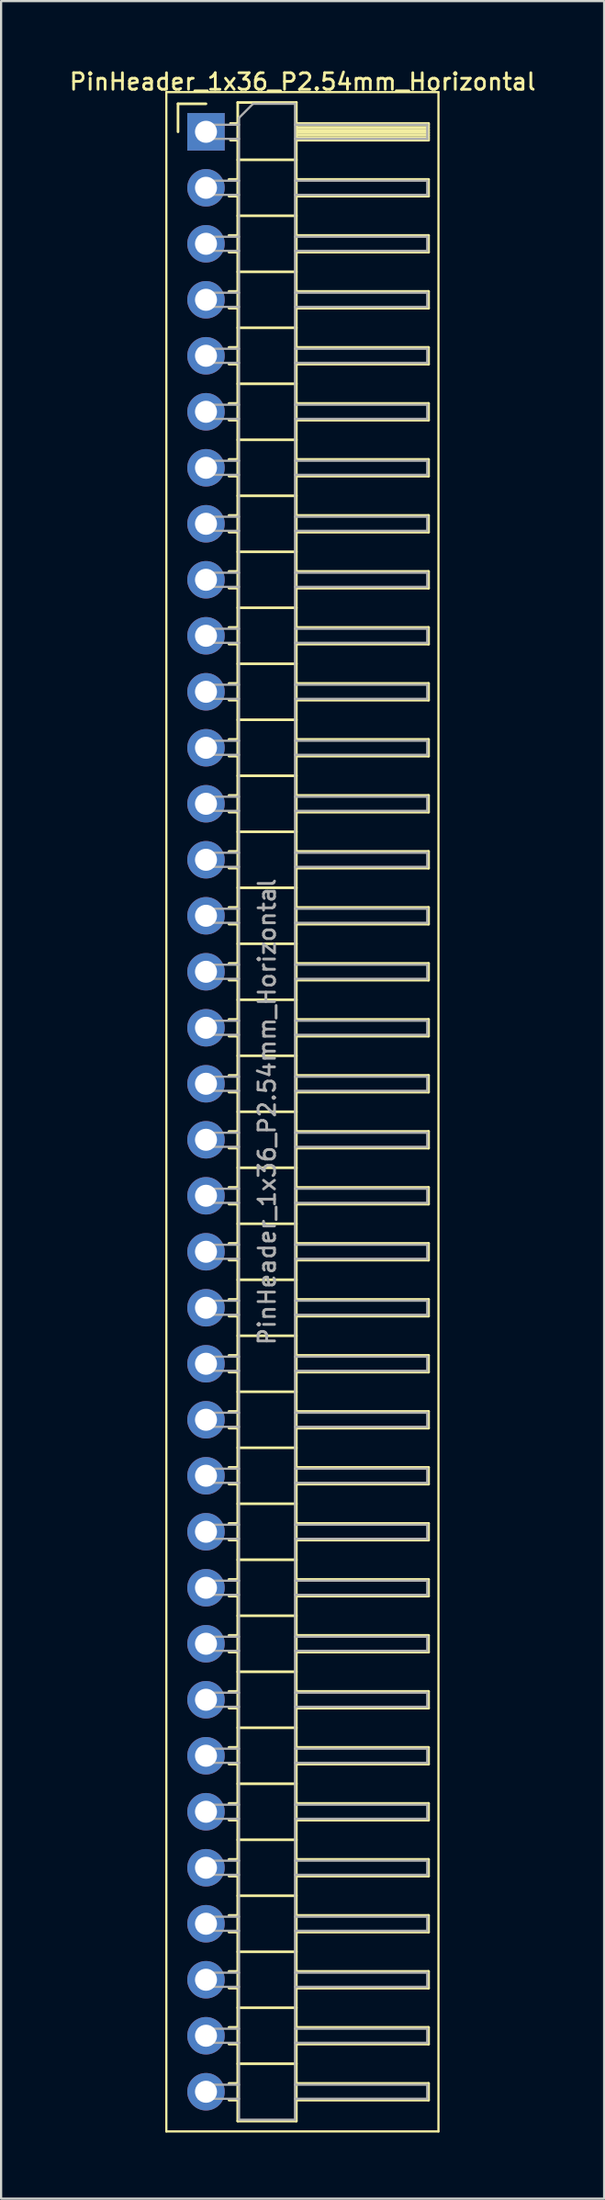
<source format=kicad_pcb>
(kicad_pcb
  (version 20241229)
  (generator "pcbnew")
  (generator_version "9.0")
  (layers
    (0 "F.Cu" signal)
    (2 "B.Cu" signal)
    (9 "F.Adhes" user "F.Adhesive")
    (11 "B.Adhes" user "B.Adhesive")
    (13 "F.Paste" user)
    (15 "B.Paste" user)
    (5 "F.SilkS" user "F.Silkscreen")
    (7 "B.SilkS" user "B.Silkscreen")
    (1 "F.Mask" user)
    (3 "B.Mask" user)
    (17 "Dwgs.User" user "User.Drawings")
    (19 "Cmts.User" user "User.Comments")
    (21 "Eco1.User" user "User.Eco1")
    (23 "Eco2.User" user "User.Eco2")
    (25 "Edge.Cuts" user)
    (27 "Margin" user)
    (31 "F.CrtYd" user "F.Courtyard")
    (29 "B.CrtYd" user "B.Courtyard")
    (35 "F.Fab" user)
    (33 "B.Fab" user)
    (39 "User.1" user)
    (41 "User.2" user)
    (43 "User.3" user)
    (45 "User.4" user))
  (footprint "PinHeader_1x36_P2.54mm_Horizontal"
    (layer "F.Cu")
    (at 6.299 2.928)
    (property "Reference" "PinHeader_1x36_P2.54mm_Horizontal" (at 4.385 -2.27 0) (layer "F.SilkS") (effects (font (size 0.75 0.75) (thickness 0.125))))
    (attr through_hole)
    (fp_line (start -1.8 -1.8) (end -1.8 90.7) (stroke (width 0.1) (type solid)) (layer "F.SilkS"))
    (fp_line (start -1.8 90.7) (end 10.55 90.7) (stroke (width 0.1) (type solid)) (layer "F.SilkS"))
    (fp_line (start -1.27 -1.27) (end 0 -1.27) (stroke (width 0.12) (type solid)) (layer "F.SilkS"))
    (fp_line (start -1.27 0) (end -1.27 -1.27) (stroke (width 0.12) (type solid)) (layer "F.SilkS"))
    (fp_line (start 1.043 2.16) (end 1.44 2.16) (stroke (width 0.12) (type solid)) (layer "F.SilkS"))
    (fp_line (start 1.043 2.92) (end 1.44 2.92) (stroke (width 0.12) (type solid)) (layer "F.SilkS"))
    (fp_line (start 1.043 4.7) (end 1.44 4.7) (stroke (width 0.12) (type solid)) (layer "F.SilkS"))
    (fp_line (start 1.043 5.46) (end 1.44 5.46) (stroke (width 0.12) (type solid)) (layer "F.SilkS"))
    (fp_line (start 1.043 7.24) (end 1.44 7.24) (stroke (width 0.12) (type solid)) (layer "F.SilkS"))
    (fp_line (start 1.043 8) (end 1.44 8) (stroke (width 0.12) (type solid)) (layer "F.SilkS"))
    (fp_line (start 1.043 9.78) (end 1.44 9.78) (stroke (width 0.12) (type solid)) (layer "F.SilkS"))
    (fp_line (start 1.043 10.54) (end 1.44 10.54) (stroke (width 0.12) (type solid)) (layer "F.SilkS"))
    (fp_line (start 1.043 12.32) (end 1.44 12.32) (stroke (width 0.12) (type solid)) (layer "F.SilkS"))
    (fp_line (start 1.043 13.08) (end 1.44 13.08) (stroke (width 0.12) (type solid)) (layer "F.SilkS"))
    (fp_line (start 1.043 14.86) (end 1.44 14.86) (stroke (width 0.12) (type solid)) (layer "F.SilkS"))
    (fp_line (start 1.043 15.62) (end 1.44 15.62) (stroke (width 0.12) (type solid)) (layer "F.SilkS"))
    (fp_line (start 1.043 17.4) (end 1.44 17.4) (stroke (width 0.12) (type solid)) (layer "F.SilkS"))
    (fp_line (start 1.043 18.16) (end 1.44 18.16) (stroke (width 0.12) (type solid)) (layer "F.SilkS"))
    (fp_line (start 1.043 19.94) (end 1.44 19.94) (stroke (width 0.12) (type solid)) (layer "F.SilkS"))
    (fp_line (start 1.043 20.7) (end 1.44 20.7) (stroke (width 0.12) (type solid)) (layer "F.SilkS"))
    (fp_line (start 1.043 22.48) (end 1.44 22.48) (stroke (width 0.12) (type solid)) (layer "F.SilkS"))
    (fp_line (start 1.043 23.24) (end 1.44 23.24) (stroke (width 0.12) (type solid)) (layer "F.SilkS"))
    (fp_line (start 1.043 25.02) (end 1.44 25.02) (stroke (width 0.12) (type solid)) (layer "F.SilkS"))
    (fp_line (start 1.043 25.78) (end 1.44 25.78) (stroke (width 0.12) (type solid)) (layer "F.SilkS"))
    (fp_line (start 1.043 27.56) (end 1.44 27.56) (stroke (width 0.12) (type solid)) (layer "F.SilkS"))
    (fp_line (start 1.043 28.32) (end 1.44 28.32) (stroke (width 0.12) (type solid)) (layer "F.SilkS"))
    (fp_line (start 1.043 30.1) (end 1.44 30.1) (stroke (width 0.12) (type solid)) (layer "F.SilkS"))
    (fp_line (start 1.043 30.86) (end 1.44 30.86) (stroke (width 0.12) (type solid)) (layer "F.SilkS"))
    (fp_line (start 1.043 32.64) (end 1.44 32.64) (stroke (width 0.12) (type solid)) (layer "F.SilkS"))
    (fp_line (start 1.043 33.4) (end 1.44 33.4) (stroke (width 0.12) (type solid)) (layer "F.SilkS"))
    (fp_line (start 1.043 35.18) (end 1.44 35.18) (stroke (width 0.12) (type solid)) (layer "F.SilkS"))
    (fp_line (start 1.043 35.94) (end 1.44 35.94) (stroke (width 0.12) (type solid)) (layer "F.SilkS"))
    (fp_line (start 1.043 37.72) (end 1.44 37.72) (stroke (width 0.12) (type solid)) (layer "F.SilkS"))
    (fp_line (start 1.043 38.48) (end 1.44 38.48) (stroke (width 0.12) (type solid)) (layer "F.SilkS"))
    (fp_line (start 1.043 40.26) (end 1.44 40.26) (stroke (width 0.12) (type solid)) (layer "F.SilkS"))
    (fp_line (start 1.043 41.02) (end 1.44 41.02) (stroke (width 0.12) (type solid)) (layer "F.SilkS"))
    (fp_line (start 1.043 42.8) (end 1.44 42.8) (stroke (width 0.12) (type solid)) (layer "F.SilkS"))
    (fp_line (start 1.043 43.56) (end 1.44 43.56) (stroke (width 0.12) (type solid)) (layer "F.SilkS"))
    (fp_line (start 1.043 45.34) (end 1.44 45.34) (stroke (width 0.12) (type solid)) (layer "F.SilkS"))
    (fp_line (start 1.043 46.1) (end 1.44 46.1) (stroke (width 0.12) (type solid)) (layer "F.SilkS"))
    (fp_line (start 1.043 47.88) (end 1.44 47.88) (stroke (width 0.12) (type solid)) (layer "F.SilkS"))
    (fp_line (start 1.043 48.64) (end 1.44 48.64) (stroke (width 0.12) (type solid)) (layer "F.SilkS"))
    (fp_line (start 1.043 50.42) (end 1.44 50.42) (stroke (width 0.12) (type solid)) (layer "F.SilkS"))
    (fp_line (start 1.043 51.18) (end 1.44 51.18) (stroke (width 0.12) (type solid)) (layer "F.SilkS"))
    (fp_line (start 1.043 52.96) (end 1.44 52.96) (stroke (width 0.12) (type solid)) (layer "F.SilkS"))
    (fp_line (start 1.043 53.72) (end 1.44 53.72) (stroke (width 0.12) (type solid)) (layer "F.SilkS"))
    (fp_line (start 1.043 55.5) (end 1.44 55.5) (stroke (width 0.12) (type solid)) (layer "F.SilkS"))
    (fp_line (start 1.043 56.26) (end 1.44 56.26) (stroke (width 0.12) (type solid)) (layer "F.SilkS"))
    (fp_line (start 1.043 58.04) (end 1.44 58.04) (stroke (width 0.12) (type solid)) (layer "F.SilkS"))
    (fp_line (start 1.043 58.8) (end 1.44 58.8) (stroke (width 0.12) (type solid)) (layer "F.SilkS"))
    (fp_line (start 1.043 60.58) (end 1.44 60.58) (stroke (width 0.12) (type solid)) (layer "F.SilkS"))
    (fp_line (start 1.043 61.34) (end 1.44 61.34) (stroke (width 0.12) (type solid)) (layer "F.SilkS"))
    (fp_line (start 1.043 63.12) (end 1.44 63.12) (stroke (width 0.12) (type solid)) (layer "F.SilkS"))
    (fp_line (start 1.043 63.88) (end 1.44 63.88) (stroke (width 0.12) (type solid)) (layer "F.SilkS"))
    (fp_line (start 1.043 65.66) (end 1.44 65.66) (stroke (width 0.12) (type solid)) (layer "F.SilkS"))
    (fp_line (start 1.043 66.42) (end 1.44 66.42) (stroke (width 0.12) (type solid)) (layer "F.SilkS"))
    (fp_line (start 1.043 68.2) (end 1.44 68.2) (stroke (width 0.12) (type solid)) (layer "F.SilkS"))
    (fp_line (start 1.043 68.96) (end 1.44 68.96) (stroke (width 0.12) (type solid)) (layer "F.SilkS"))
    (fp_line (start 1.043 70.74) (end 1.44 70.74) (stroke (width 0.12) (type solid)) (layer "F.SilkS"))
    (fp_line (start 1.043 71.5) (end 1.44 71.5) (stroke (width 0.12) (type solid)) (layer "F.SilkS"))
    (fp_line (start 1.043 73.28) (end 1.44 73.28) (stroke (width 0.12) (type solid)) (layer "F.SilkS"))
    (fp_line (start 1.043 74.04) (end 1.44 74.04) (stroke (width 0.12) (type solid)) (layer "F.SilkS"))
    (fp_line (start 1.043 75.82) (end 1.44 75.82) (stroke (width 0.12) (type solid)) (layer "F.SilkS"))
    (fp_line (start 1.043 76.58) (end 1.44 76.58) (stroke (width 0.12) (type solid)) (layer "F.SilkS"))
    (fp_line (start 1.043 78.36) (end 1.44 78.36) (stroke (width 0.12) (type solid)) (layer "F.SilkS"))
    (fp_line (start 1.043 79.12) (end 1.44 79.12) (stroke (width 0.12) (type solid)) (layer "F.SilkS"))
    (fp_line (start 1.043 80.9) (end 1.44 80.9) (stroke (width 0.12) (type solid)) (layer "F.SilkS"))
    (fp_line (start 1.043 81.66) (end 1.44 81.66) (stroke (width 0.12) (type solid)) (layer "F.SilkS"))
    (fp_line (start 1.043 83.44) (end 1.44 83.44) (stroke (width 0.12) (type solid)) (layer "F.SilkS"))
    (fp_line (start 1.043 84.2) (end 1.44 84.2) (stroke (width 0.12) (type solid)) (layer "F.SilkS"))
    (fp_line (start 1.043 85.98) (end 1.44 85.98) (stroke (width 0.12) (type solid)) (layer "F.SilkS"))
    (fp_line (start 1.043 86.74) (end 1.44 86.74) (stroke (width 0.12) (type solid)) (layer "F.SilkS"))
    (fp_line (start 1.043 88.52) (end 1.44 88.52) (stroke (width 0.12) (type solid)) (layer "F.SilkS"))
    (fp_line (start 1.043 89.28) (end 1.44 89.28) (stroke (width 0.12) (type solid)) (layer "F.SilkS"))
    (fp_line (start 1.11 -0.38) (end 1.44 -0.38) (stroke (width 0.12) (type solid)) (layer "F.SilkS"))
    (fp_line (start 1.11 0.38) (end 1.44 0.38) (stroke (width 0.12) (type solid)) (layer "F.SilkS"))
    (fp_line (start 1.44 -1.33) (end 1.44 90.23) (stroke (width 0.12) (type solid)) (layer "F.SilkS"))
    (fp_line (start 1.44 1.27) (end 4.1 1.27) (stroke (width 0.12) (type solid)) (layer "F.SilkS"))
    (fp_line (start 1.44 3.81) (end 4.1 3.81) (stroke (width 0.12) (type solid)) (layer "F.SilkS"))
    (fp_line (start 1.44 6.35) (end 4.1 6.35) (stroke (width 0.12) (type solid)) (layer "F.SilkS"))
    (fp_line (start 1.44 8.89) (end 4.1 8.89) (stroke (width 0.12) (type solid)) (layer "F.SilkS"))
    (fp_line (start 1.44 11.43) (end 4.1 11.43) (stroke (width 0.12) (type solid)) (layer "F.SilkS"))
    (fp_line (start 1.44 13.97) (end 4.1 13.97) (stroke (width 0.12) (type solid)) (layer "F.SilkS"))
    (fp_line (start 1.44 16.51) (end 4.1 16.51) (stroke (width 0.12) (type solid)) (layer "F.SilkS"))
    (fp_line (start 1.44 19.05) (end 4.1 19.05) (stroke (width 0.12) (type solid)) (layer "F.SilkS"))
    (fp_line (start 1.44 21.59) (end 4.1 21.59) (stroke (width 0.12) (type solid)) (layer "F.SilkS"))
    (fp_line (start 1.44 24.13) (end 4.1 24.13) (stroke (width 0.12) (type solid)) (layer "F.SilkS"))
    (fp_line (start 1.44 26.67) (end 4.1 26.67) (stroke (width 0.12) (type solid)) (layer "F.SilkS"))
    (fp_line (start 1.44 29.21) (end 4.1 29.21) (stroke (width 0.12) (type solid)) (layer "F.SilkS"))
    (fp_line (start 1.44 31.75) (end 4.1 31.75) (stroke (width 0.12) (type solid)) (layer "F.SilkS"))
    (fp_line (start 1.44 34.29) (end 4.1 34.29) (stroke (width 0.12) (type solid)) (layer "F.SilkS"))
    (fp_line (start 1.44 36.83) (end 4.1 36.83) (stroke (width 0.12) (type solid)) (layer "F.SilkS"))
    (fp_line (start 1.44 39.37) (end 4.1 39.37) (stroke (width 0.12) (type solid)) (layer "F.SilkS"))
    (fp_line (start 1.44 41.91) (end 4.1 41.91) (stroke (width 0.12) (type solid)) (layer "F.SilkS"))
    (fp_line (start 1.44 44.45) (end 4.1 44.45) (stroke (width 0.12) (type solid)) (layer "F.SilkS"))
    (fp_line (start 1.44 46.99) (end 4.1 46.99) (stroke (width 0.12) (type solid)) (layer "F.SilkS"))
    (fp_line (start 1.44 49.53) (end 4.1 49.53) (stroke (width 0.12) (type solid)) (layer "F.SilkS"))
    (fp_line (start 1.44 52.07) (end 4.1 52.07) (stroke (width 0.12) (type solid)) (layer "F.SilkS"))
    (fp_line (start 1.44 54.61) (end 4.1 54.61) (stroke (width 0.12) (type solid)) (layer "F.SilkS"))
    (fp_line (start 1.44 57.15) (end 4.1 57.15) (stroke (width 0.12) (type solid)) (layer "F.SilkS"))
    (fp_line (start 1.44 59.69) (end 4.1 59.69) (stroke (width 0.12) (type solid)) (layer "F.SilkS"))
    (fp_line (start 1.44 62.23) (end 4.1 62.23) (stroke (width 0.12) (type solid)) (layer "F.SilkS"))
    (fp_line (start 1.44 64.77) (end 4.1 64.77) (stroke (width 0.12) (type solid)) (layer "F.SilkS"))
    (fp_line (start 1.44 67.31) (end 4.1 67.31) (stroke (width 0.12) (type solid)) (layer "F.SilkS"))
    (fp_line (start 1.44 69.85) (end 4.1 69.85) (stroke (width 0.12) (type solid)) (layer "F.SilkS"))
    (fp_line (start 1.44 72.39) (end 4.1 72.39) (stroke (width 0.12) (type solid)) (layer "F.SilkS"))
    (fp_line (start 1.44 74.93) (end 4.1 74.93) (stroke (width 0.12) (type solid)) (layer "F.SilkS"))
    (fp_line (start 1.44 77.47) (end 4.1 77.47) (stroke (width 0.12) (type solid)) (layer "F.SilkS"))
    (fp_line (start 1.44 80.01) (end 4.1 80.01) (stroke (width 0.12) (type solid)) (layer "F.SilkS"))
    (fp_line (start 1.44 82.55) (end 4.1 82.55) (stroke (width 0.12) (type solid)) (layer "F.SilkS"))
    (fp_line (start 1.44 85.09) (end 4.1 85.09) (stroke (width 0.12) (type solid)) (layer "F.SilkS"))
    (fp_line (start 1.44 87.63) (end 4.1 87.63) (stroke (width 0.12) (type solid)) (layer "F.SilkS"))
    (fp_line (start 1.44 90.23) (end 4.1 90.23) (stroke (width 0.12) (type solid)) (layer "F.SilkS"))
    (fp_line (start 4.1 -1.33) (end 1.44 -1.33) (stroke (width 0.12) (type solid)) (layer "F.SilkS"))
    (fp_line (start 4.1 -0.38) (end 10.1 -0.38) (stroke (width 0.12) (type solid)) (layer "F.SilkS"))
    (fp_line (start 4.1 -0.32) (end 10.1 -0.32) (stroke (width 0.12) (type solid)) (layer "F.SilkS"))
    (fp_line (start 4.1 -0.2) (end 10.1 -0.2) (stroke (width 0.12) (type solid)) (layer "F.SilkS"))
    (fp_line (start 4.1 -0.08) (end 10.1 -0.08) (stroke (width 0.12) (type solid)) (layer "F.SilkS"))
    (fp_line (start 4.1 0.04) (end 10.1 0.04) (stroke (width 0.12) (type solid)) (layer "F.SilkS"))
    (fp_line (start 4.1 0.16) (end 10.1 0.16) (stroke (width 0.12) (type solid)) (layer "F.SilkS"))
    (fp_line (start 4.1 0.28) (end 10.1 0.28) (stroke (width 0.12) (type solid)) (layer "F.SilkS"))
    (fp_line (start 4.1 2.16) (end 10.1 2.16) (stroke (width 0.12) (type solid)) (layer "F.SilkS"))
    (fp_line (start 4.1 4.7) (end 10.1 4.7) (stroke (width 0.12) (type solid)) (layer "F.SilkS"))
    (fp_line (start 4.1 7.24) (end 10.1 7.24) (stroke (width 0.12) (type solid)) (layer "F.SilkS"))
    (fp_line (start 4.1 9.78) (end 10.1 9.78) (stroke (width 0.12) (type solid)) (layer "F.SilkS"))
    (fp_line (start 4.1 12.32) (end 10.1 12.32) (stroke (width 0.12) (type solid)) (layer "F.SilkS"))
    (fp_line (start 4.1 14.86) (end 10.1 14.86) (stroke (width 0.12) (type solid)) (layer "F.SilkS"))
    (fp_line (start 4.1 17.4) (end 10.1 17.4) (stroke (width 0.12) (type solid)) (layer "F.SilkS"))
    (fp_line (start 4.1 19.94) (end 10.1 19.94) (stroke (width 0.12) (type solid)) (layer "F.SilkS"))
    (fp_line (start 4.1 22.48) (end 10.1 22.48) (stroke (width 0.12) (type solid)) (layer "F.SilkS"))
    (fp_line (start 4.1 25.02) (end 10.1 25.02) (stroke (width 0.12) (type solid)) (layer "F.SilkS"))
    (fp_line (start 4.1 27.56) (end 10.1 27.56) (stroke (width 0.12) (type solid)) (layer "F.SilkS"))
    (fp_line (start 4.1 30.1) (end 10.1 30.1) (stroke (width 0.12) (type solid)) (layer "F.SilkS"))
    (fp_line (start 4.1 32.64) (end 10.1 32.64) (stroke (width 0.12) (type solid)) (layer "F.SilkS"))
    (fp_line (start 4.1 35.18) (end 10.1 35.18) (stroke (width 0.12) (type solid)) (layer "F.SilkS"))
    (fp_line (start 4.1 37.72) (end 10.1 37.72) (stroke (width 0.12) (type solid)) (layer "F.SilkS"))
    (fp_line (start 4.1 40.26) (end 10.1 40.26) (stroke (width 0.12) (type solid)) (layer "F.SilkS"))
    (fp_line (start 4.1 42.8) (end 10.1 42.8) (stroke (width 0.12) (type solid)) (layer "F.SilkS"))
    (fp_line (start 4.1 45.34) (end 10.1 45.34) (stroke (width 0.12) (type solid)) (layer "F.SilkS"))
    (fp_line (start 4.1 47.88) (end 10.1 47.88) (stroke (width 0.12) (type solid)) (layer "F.SilkS"))
    (fp_line (start 4.1 50.42) (end 10.1 50.42) (stroke (width 0.12) (type solid)) (layer "F.SilkS"))
    (fp_line (start 4.1 52.96) (end 10.1 52.96) (stroke (width 0.12) (type solid)) (layer "F.SilkS"))
    (fp_line (start 4.1 55.5) (end 10.1 55.5) (stroke (width 0.12) (type solid)) (layer "F.SilkS"))
    (fp_line (start 4.1 58.04) (end 10.1 58.04) (stroke (width 0.12) (type solid)) (layer "F.SilkS"))
    (fp_line (start 4.1 60.58) (end 10.1 60.58) (stroke (width 0.12) (type solid)) (layer "F.SilkS"))
    (fp_line (start 4.1 63.12) (end 10.1 63.12) (stroke (width 0.12) (type solid)) (layer "F.SilkS"))
    (fp_line (start 4.1 65.66) (end 10.1 65.66) (stroke (width 0.12) (type solid)) (layer "F.SilkS"))
    (fp_line (start 4.1 68.2) (end 10.1 68.2) (stroke (width 0.12) (type solid)) (layer "F.SilkS"))
    (fp_line (start 4.1 70.74) (end 10.1 70.74) (stroke (width 0.12) (type solid)) (layer "F.SilkS"))
    (fp_line (start 4.1 73.28) (end 10.1 73.28) (stroke (width 0.12) (type solid)) (layer "F.SilkS"))
    (fp_line (start 4.1 75.82) (end 10.1 75.82) (stroke (width 0.12) (type solid)) (layer "F.SilkS"))
    (fp_line (start 4.1 78.36) (end 10.1 78.36) (stroke (width 0.12) (type solid)) (layer "F.SilkS"))
    (fp_line (start 4.1 80.9) (end 10.1 80.9) (stroke (width 0.12) (type solid)) (layer "F.SilkS"))
    (fp_line (start 4.1 83.44) (end 10.1 83.44) (stroke (width 0.12) (type solid)) (layer "F.SilkS"))
    (fp_line (start 4.1 85.98) (end 10.1 85.98) (stroke (width 0.12) (type solid)) (layer "F.SilkS"))
    (fp_line (start 4.1 88.52) (end 10.1 88.52) (stroke (width 0.12) (type solid)) (layer "F.SilkS"))
    (fp_line (start 4.1 90.23) (end 4.1 -1.33) (stroke (width 0.12) (type solid)) (layer "F.SilkS"))
    (fp_line (start 10.1 -0.38) (end 10.1 0.38) (stroke (width 0.12) (type solid)) (layer "F.SilkS"))
    (fp_line (start 10.1 0.38) (end 4.1 0.38) (stroke (width 0.12) (type solid)) (layer "F.SilkS"))
    (fp_line (start 10.1 2.16) (end 10.1 2.92) (stroke (width 0.12) (type solid)) (layer "F.SilkS"))
    (fp_line (start 10.1 2.92) (end 4.1 2.92) (stroke (width 0.12) (type solid)) (layer "F.SilkS"))
    (fp_line (start 10.1 4.7) (end 10.1 5.46) (stroke (width 0.12) (type solid)) (layer "F.SilkS"))
    (fp_line (start 10.1 5.46) (end 4.1 5.46) (stroke (width 0.12) (type solid)) (layer "F.SilkS"))
    (fp_line (start 10.1 7.24) (end 10.1 8) (stroke (width 0.12) (type solid)) (layer "F.SilkS"))
    (fp_line (start 10.1 8) (end 4.1 8) (stroke (width 0.12) (type solid)) (layer "F.SilkS"))
    (fp_line (start 10.1 9.78) (end 10.1 10.54) (stroke (width 0.12) (type solid)) (layer "F.SilkS"))
    (fp_line (start 10.1 10.54) (end 4.1 10.54) (stroke (width 0.12) (type solid)) (layer "F.SilkS"))
    (fp_line (start 10.1 12.32) (end 10.1 13.08) (stroke (width 0.12) (type solid)) (layer "F.SilkS"))
    (fp_line (start 10.1 13.08) (end 4.1 13.08) (stroke (width 0.12) (type solid)) (layer "F.SilkS"))
    (fp_line (start 10.1 14.86) (end 10.1 15.62) (stroke (width 0.12) (type solid)) (layer "F.SilkS"))
    (fp_line (start 10.1 15.62) (end 4.1 15.62) (stroke (width 0.12) (type solid)) (layer "F.SilkS"))
    (fp_line (start 10.1 17.4) (end 10.1 18.16) (stroke (width 0.12) (type solid)) (layer "F.SilkS"))
    (fp_line (start 10.1 18.16) (end 4.1 18.16) (stroke (width 0.12) (type solid)) (layer "F.SilkS"))
    (fp_line (start 10.1 19.94) (end 10.1 20.7) (stroke (width 0.12) (type solid)) (layer "F.SilkS"))
    (fp_line (start 10.1 20.7) (end 4.1 20.7) (stroke (width 0.12) (type solid)) (layer "F.SilkS"))
    (fp_line (start 10.1 22.48) (end 10.1 23.24) (stroke (width 0.12) (type solid)) (layer "F.SilkS"))
    (fp_line (start 10.1 23.24) (end 4.1 23.24) (stroke (width 0.12) (type solid)) (layer "F.SilkS"))
    (fp_line (start 10.1 25.02) (end 10.1 25.78) (stroke (width 0.12) (type solid)) (layer "F.SilkS"))
    (fp_line (start 10.1 25.78) (end 4.1 25.78) (stroke (width 0.12) (type solid)) (layer "F.SilkS"))
    (fp_line (start 10.1 27.56) (end 10.1 28.32) (stroke (width 0.12) (type solid)) (layer "F.SilkS"))
    (fp_line (start 10.1 28.32) (end 4.1 28.32) (stroke (width 0.12) (type solid)) (layer "F.SilkS"))
    (fp_line (start 10.1 30.1) (end 10.1 30.86) (stroke (width 0.12) (type solid)) (layer "F.SilkS"))
    (fp_line (start 10.1 30.86) (end 4.1 30.86) (stroke (width 0.12) (type solid)) (layer "F.SilkS"))
    (fp_line (start 10.1 32.64) (end 10.1 33.4) (stroke (width 0.12) (type solid)) (layer "F.SilkS"))
    (fp_line (start 10.1 33.4) (end 4.1 33.4) (stroke (width 0.12) (type solid)) (layer "F.SilkS"))
    (fp_line (start 10.1 35.18) (end 10.1 35.94) (stroke (width 0.12) (type solid)) (layer "F.SilkS"))
    (fp_line (start 10.1 35.94) (end 4.1 35.94) (stroke (width 0.12) (type solid)) (layer "F.SilkS"))
    (fp_line (start 10.1 37.72) (end 10.1 38.48) (stroke (width 0.12) (type solid)) (layer "F.SilkS"))
    (fp_line (start 10.1 38.48) (end 4.1 38.48) (stroke (width 0.12) (type solid)) (layer "F.SilkS"))
    (fp_line (start 10.1 40.26) (end 10.1 41.02) (stroke (width 0.12) (type solid)) (layer "F.SilkS"))
    (fp_line (start 10.1 41.02) (end 4.1 41.02) (stroke (width 0.12) (type solid)) (layer "F.SilkS"))
    (fp_line (start 10.1 42.8) (end 10.1 43.56) (stroke (width 0.12) (type solid)) (layer "F.SilkS"))
    (fp_line (start 10.1 43.56) (end 4.1 43.56) (stroke (width 0.12) (type solid)) (layer "F.SilkS"))
    (fp_line (start 10.1 45.34) (end 10.1 46.1) (stroke (width 0.12) (type solid)) (layer "F.SilkS"))
    (fp_line (start 10.1 46.1) (end 4.1 46.1) (stroke (width 0.12) (type solid)) (layer "F.SilkS"))
    (fp_line (start 10.1 47.88) (end 10.1 48.64) (stroke (width 0.12) (type solid)) (layer "F.SilkS"))
    (fp_line (start 10.1 48.64) (end 4.1 48.64) (stroke (width 0.12) (type solid)) (layer "F.SilkS"))
    (fp_line (start 10.1 50.42) (end 10.1 51.18) (stroke (width 0.12) (type solid)) (layer "F.SilkS"))
    (fp_line (start 10.1 51.18) (end 4.1 51.18) (stroke (width 0.12) (type solid)) (layer "F.SilkS"))
    (fp_line (start 10.1 52.96) (end 10.1 53.72) (stroke (width 0.12) (type solid)) (layer "F.SilkS"))
    (fp_line (start 10.1 53.72) (end 4.1 53.72) (stroke (width 0.12) (type solid)) (layer "F.SilkS"))
    (fp_line (start 10.1 55.5) (end 10.1 56.26) (stroke (width 0.12) (type solid)) (layer "F.SilkS"))
    (fp_line (start 10.1 56.26) (end 4.1 56.26) (stroke (width 0.12) (type solid)) (layer "F.SilkS"))
    (fp_line (start 10.1 58.04) (end 10.1 58.8) (stroke (width 0.12) (type solid)) (layer "F.SilkS"))
    (fp_line (start 10.1 58.8) (end 4.1 58.8) (stroke (width 0.12) (type solid)) (layer "F.SilkS"))
    (fp_line (start 10.1 60.58) (end 10.1 61.34) (stroke (width 0.12) (type solid)) (layer "F.SilkS"))
    (fp_line (start 10.1 61.34) (end 4.1 61.34) (stroke (width 0.12) (type solid)) (layer "F.SilkS"))
    (fp_line (start 10.1 63.12) (end 10.1 63.88) (stroke (width 0.12) (type solid)) (layer "F.SilkS"))
    (fp_line (start 10.1 63.88) (end 4.1 63.88) (stroke (width 0.12) (type solid)) (layer "F.SilkS"))
    (fp_line (start 10.1 65.66) (end 10.1 66.42) (stroke (width 0.12) (type solid)) (layer "F.SilkS"))
    (fp_line (start 10.1 66.42) (end 4.1 66.42) (stroke (width 0.12) (type solid)) (layer "F.SilkS"))
    (fp_line (start 10.1 68.2) (end 10.1 68.96) (stroke (width 0.12) (type solid)) (layer "F.SilkS"))
    (fp_line (start 10.1 68.96) (end 4.1 68.96) (stroke (width 0.12) (type solid)) (layer "F.SilkS"))
    (fp_line (start 10.1 70.74) (end 10.1 71.5) (stroke (width 0.12) (type solid)) (layer "F.SilkS"))
    (fp_line (start 10.1 71.5) (end 4.1 71.5) (stroke (width 0.12) (type solid)) (layer "F.SilkS"))
    (fp_line (start 10.1 73.28) (end 10.1 74.04) (stroke (width 0.12) (type solid)) (layer "F.SilkS"))
    (fp_line (start 10.1 74.04) (end 4.1 74.04) (stroke (width 0.12) (type solid)) (layer "F.SilkS"))
    (fp_line (start 10.1 75.82) (end 10.1 76.58) (stroke (width 0.12) (type solid)) (layer "F.SilkS"))
    (fp_line (start 10.1 76.58) (end 4.1 76.58) (stroke (width 0.12) (type solid)) (layer "F.SilkS"))
    (fp_line (start 10.1 78.36) (end 10.1 79.12) (stroke (width 0.12) (type solid)) (layer "F.SilkS"))
    (fp_line (start 10.1 79.12) (end 4.1 79.12) (stroke (width 0.12) (type solid)) (layer "F.SilkS"))
    (fp_line (start 10.1 80.9) (end 10.1 81.66) (stroke (width 0.12) (type solid)) (layer "F.SilkS"))
    (fp_line (start 10.1 81.66) (end 4.1 81.66) (stroke (width 0.12) (type solid)) (layer "F.SilkS"))
    (fp_line (start 10.1 83.44) (end 10.1 84.2) (stroke (width 0.12) (type solid)) (layer "F.SilkS"))
    (fp_line (start 10.1 84.2) (end 4.1 84.2) (stroke (width 0.12) (type solid)) (layer "F.SilkS"))
    (fp_line (start 10.1 85.98) (end 10.1 86.74) (stroke (width 0.12) (type solid)) (layer "F.SilkS"))
    (fp_line (start 10.1 86.74) (end 4.1 86.74) (stroke (width 0.12) (type solid)) (layer "F.SilkS"))
    (fp_line (start 10.1 88.52) (end 10.1 89.28) (stroke (width 0.12) (type solid)) (layer "F.SilkS"))
    (fp_line (start 10.1 89.28) (end 4.1 89.28) (stroke (width 0.12) (type solid)) (layer "F.SilkS"))
    (fp_line (start 10.55 -1.8) (end -1.8 -1.8) (stroke (width 0.1) (type solid)) (layer "F.SilkS"))
    (fp_line (start 10.55 90.7) (end 10.55 -1.8) (stroke (width 0.1) (type solid)) (layer "F.SilkS"))
    (fp_line (start -0.32 -0.32) (end -0.32 0.32) (stroke (width 0.1) (type solid)) (layer "F.Fab"))
    (fp_line (start -0.32 -0.32) (end 1.5 -0.32) (stroke (width 0.1) (type solid)) (layer "F.Fab"))
    (fp_line (start -0.32 0.32) (end 1.5 0.32) (stroke (width 0.1) (type solid)) (layer "F.Fab"))
    (fp_line (start -0.32 2.22) (end -0.32 2.86) (stroke (width 0.1) (type solid)) (layer "F.Fab"))
    (fp_line (start -0.32 2.22) (end 1.5 2.22) (stroke (width 0.1) (type solid)) (layer "F.Fab"))
    (fp_line (start -0.32 2.86) (end 1.5 2.86) (stroke (width 0.1) (type solid)) (layer "F.Fab"))
    (fp_line (start -0.32 4.76) (end -0.32 5.4) (stroke (width 0.1) (type solid)) (layer "F.Fab"))
    (fp_line (start -0.32 4.76) (end 1.5 4.76) (stroke (width 0.1) (type solid)) (layer "F.Fab"))
    (fp_line (start -0.32 5.4) (end 1.5 5.4) (stroke (width 0.1) (type solid)) (layer "F.Fab"))
    (fp_line (start -0.32 7.3) (end -0.32 7.94) (stroke (width 0.1) (type solid)) (layer "F.Fab"))
    (fp_line (start -0.32 7.3) (end 1.5 7.3) (stroke (width 0.1) (type solid)) (layer "F.Fab"))
    (fp_line (start -0.32 7.94) (end 1.5 7.94) (stroke (width 0.1) (type solid)) (layer "F.Fab"))
    (fp_line (start -0.32 9.84) (end -0.32 10.48) (stroke (width 0.1) (type solid)) (layer "F.Fab"))
    (fp_line (start -0.32 9.84) (end 1.5 9.84) (stroke (width 0.1) (type solid)) (layer "F.Fab"))
    (fp_line (start -0.32 10.48) (end 1.5 10.48) (stroke (width 0.1) (type solid)) (layer "F.Fab"))
    (fp_line (start -0.32 12.38) (end -0.32 13.02) (stroke (width 0.1) (type solid)) (layer "F.Fab"))
    (fp_line (start -0.32 12.38) (end 1.5 12.38) (stroke (width 0.1) (type solid)) (layer "F.Fab"))
    (fp_line (start -0.32 13.02) (end 1.5 13.02) (stroke (width 0.1) (type solid)) (layer "F.Fab"))
    (fp_line (start -0.32 14.92) (end -0.32 15.56) (stroke (width 0.1) (type solid)) (layer "F.Fab"))
    (fp_line (start -0.32 14.92) (end 1.5 14.92) (stroke (width 0.1) (type solid)) (layer "F.Fab"))
    (fp_line (start -0.32 15.56) (end 1.5 15.56) (stroke (width 0.1) (type solid)) (layer "F.Fab"))
    (fp_line (start -0.32 17.46) (end -0.32 18.1) (stroke (width 0.1) (type solid)) (layer "F.Fab"))
    (fp_line (start -0.32 17.46) (end 1.5 17.46) (stroke (width 0.1) (type solid)) (layer "F.Fab"))
    (fp_line (start -0.32 18.1) (end 1.5 18.1) (stroke (width 0.1) (type solid)) (layer "F.Fab"))
    (fp_line (start -0.32 20) (end -0.32 20.64) (stroke (width 0.1) (type solid)) (layer "F.Fab"))
    (fp_line (start -0.32 20) (end 1.5 20) (stroke (width 0.1) (type solid)) (layer "F.Fab"))
    (fp_line (start -0.32 20.64) (end 1.5 20.64) (stroke (width 0.1) (type solid)) (layer "F.Fab"))
    (fp_line (start -0.32 22.54) (end -0.32 23.18) (stroke (width 0.1) (type solid)) (layer "F.Fab"))
    (fp_line (start -0.32 22.54) (end 1.5 22.54) (stroke (width 0.1) (type solid)) (layer "F.Fab"))
    (fp_line (start -0.32 23.18) (end 1.5 23.18) (stroke (width 0.1) (type solid)) (layer "F.Fab"))
    (fp_line (start -0.32 25.08) (end -0.32 25.72) (stroke (width 0.1) (type solid)) (layer "F.Fab"))
    (fp_line (start -0.32 25.08) (end 1.5 25.08) (stroke (width 0.1) (type solid)) (layer "F.Fab"))
    (fp_line (start -0.32 25.72) (end 1.5 25.72) (stroke (width 0.1) (type solid)) (layer "F.Fab"))
    (fp_line (start -0.32 27.62) (end -0.32 28.26) (stroke (width 0.1) (type solid)) (layer "F.Fab"))
    (fp_line (start -0.32 27.62) (end 1.5 27.62) (stroke (width 0.1) (type solid)) (layer "F.Fab"))
    (fp_line (start -0.32 28.26) (end 1.5 28.26) (stroke (width 0.1) (type solid)) (layer "F.Fab"))
    (fp_line (start -0.32 30.16) (end -0.32 30.8) (stroke (width 0.1) (type solid)) (layer "F.Fab"))
    (fp_line (start -0.32 30.16) (end 1.5 30.16) (stroke (width 0.1) (type solid)) (layer "F.Fab"))
    (fp_line (start -0.32 30.8) (end 1.5 30.8) (stroke (width 0.1) (type solid)) (layer "F.Fab"))
    (fp_line (start -0.32 32.7) (end -0.32 33.34) (stroke (width 0.1) (type solid)) (layer "F.Fab"))
    (fp_line (start -0.32 32.7) (end 1.5 32.7) (stroke (width 0.1) (type solid)) (layer "F.Fab"))
    (fp_line (start -0.32 33.34) (end 1.5 33.34) (stroke (width 0.1) (type solid)) (layer "F.Fab"))
    (fp_line (start -0.32 35.24) (end -0.32 35.88) (stroke (width 0.1) (type solid)) (layer "F.Fab"))
    (fp_line (start -0.32 35.24) (end 1.5 35.24) (stroke (width 0.1) (type solid)) (layer "F.Fab"))
    (fp_line (start -0.32 35.88) (end 1.5 35.88) (stroke (width 0.1) (type solid)) (layer "F.Fab"))
    (fp_line (start -0.32 37.78) (end -0.32 38.42) (stroke (width 0.1) (type solid)) (layer "F.Fab"))
    (fp_line (start -0.32 37.78) (end 1.5 37.78) (stroke (width 0.1) (type solid)) (layer "F.Fab"))
    (fp_line (start -0.32 38.42) (end 1.5 38.42) (stroke (width 0.1) (type solid)) (layer "F.Fab"))
    (fp_line (start -0.32 40.32) (end -0.32 40.96) (stroke (width 0.1) (type solid)) (layer "F.Fab"))
    (fp_line (start -0.32 40.32) (end 1.5 40.32) (stroke (width 0.1) (type solid)) (layer "F.Fab"))
    (fp_line (start -0.32 40.96) (end 1.5 40.96) (stroke (width 0.1) (type solid)) (layer "F.Fab"))
    (fp_line (start -0.32 42.86) (end -0.32 43.5) (stroke (width 0.1) (type solid)) (layer "F.Fab"))
    (fp_line (start -0.32 42.86) (end 1.5 42.86) (stroke (width 0.1) (type solid)) (layer "F.Fab"))
    (fp_line (start -0.32 43.5) (end 1.5 43.5) (stroke (width 0.1) (type solid)) (layer "F.Fab"))
    (fp_line (start -0.32 45.4) (end -0.32 46.04) (stroke (width 0.1) (type solid)) (layer "F.Fab"))
    (fp_line (start -0.32 45.4) (end 1.5 45.4) (stroke (width 0.1) (type solid)) (layer "F.Fab"))
    (fp_line (start -0.32 46.04) (end 1.5 46.04) (stroke (width 0.1) (type solid)) (layer "F.Fab"))
    (fp_line (start -0.32 47.94) (end -0.32 48.58) (stroke (width 0.1) (type solid)) (layer "F.Fab"))
    (fp_line (start -0.32 47.94) (end 1.5 47.94) (stroke (width 0.1) (type solid)) (layer "F.Fab"))
    (fp_line (start -0.32 48.58) (end 1.5 48.58) (stroke (width 0.1) (type solid)) (layer "F.Fab"))
    (fp_line (start -0.32 50.48) (end -0.32 51.12) (stroke (width 0.1) (type solid)) (layer "F.Fab"))
    (fp_line (start -0.32 50.48) (end 1.5 50.48) (stroke (width 0.1) (type solid)) (layer "F.Fab"))
    (fp_line (start -0.32 51.12) (end 1.5 51.12) (stroke (width 0.1) (type solid)) (layer "F.Fab"))
    (fp_line (start -0.32 53.02) (end -0.32 53.66) (stroke (width 0.1) (type solid)) (layer "F.Fab"))
    (fp_line (start -0.32 53.02) (end 1.5 53.02) (stroke (width 0.1) (type solid)) (layer "F.Fab"))
    (fp_line (start -0.32 53.66) (end 1.5 53.66) (stroke (width 0.1) (type solid)) (layer "F.Fab"))
    (fp_line (start -0.32 55.56) (end -0.32 56.2) (stroke (width 0.1) (type solid)) (layer "F.Fab"))
    (fp_line (start -0.32 55.56) (end 1.5 55.56) (stroke (width 0.1) (type solid)) (layer "F.Fab"))
    (fp_line (start -0.32 56.2) (end 1.5 56.2) (stroke (width 0.1) (type solid)) (layer "F.Fab"))
    (fp_line (start -0.32 58.1) (end -0.32 58.74) (stroke (width 0.1) (type solid)) (layer "F.Fab"))
    (fp_line (start -0.32 58.1) (end 1.5 58.1) (stroke (width 0.1) (type solid)) (layer "F.Fab"))
    (fp_line (start -0.32 58.74) (end 1.5 58.74) (stroke (width 0.1) (type solid)) (layer "F.Fab"))
    (fp_line (start -0.32 60.64) (end -0.32 61.28) (stroke (width 0.1) (type solid)) (layer "F.Fab"))
    (fp_line (start -0.32 60.64) (end 1.5 60.64) (stroke (width 0.1) (type solid)) (layer "F.Fab"))
    (fp_line (start -0.32 61.28) (end 1.5 61.28) (stroke (width 0.1) (type solid)) (layer "F.Fab"))
    (fp_line (start -0.32 63.18) (end -0.32 63.82) (stroke (width 0.1) (type solid)) (layer "F.Fab"))
    (fp_line (start -0.32 63.18) (end 1.5 63.18) (stroke (width 0.1) (type solid)) (layer "F.Fab"))
    (fp_line (start -0.32 63.82) (end 1.5 63.82) (stroke (width 0.1) (type solid)) (layer "F.Fab"))
    (fp_line (start -0.32 65.72) (end -0.32 66.36) (stroke (width 0.1) (type solid)) (layer "F.Fab"))
    (fp_line (start -0.32 65.72) (end 1.5 65.72) (stroke (width 0.1) (type solid)) (layer "F.Fab"))
    (fp_line (start -0.32 66.36) (end 1.5 66.36) (stroke (width 0.1) (type solid)) (layer "F.Fab"))
    (fp_line (start -0.32 68.26) (end -0.32 68.9) (stroke (width 0.1) (type solid)) (layer "F.Fab"))
    (fp_line (start -0.32 68.26) (end 1.5 68.26) (stroke (width 0.1) (type solid)) (layer "F.Fab"))
    (fp_line (start -0.32 68.9) (end 1.5 68.9) (stroke (width 0.1) (type solid)) (layer "F.Fab"))
    (fp_line (start -0.32 70.8) (end -0.32 71.44) (stroke (width 0.1) (type solid)) (layer "F.Fab"))
    (fp_line (start -0.32 70.8) (end 1.5 70.8) (stroke (width 0.1) (type solid)) (layer "F.Fab"))
    (fp_line (start -0.32 71.44) (end 1.5 71.44) (stroke (width 0.1) (type solid)) (layer "F.Fab"))
    (fp_line (start -0.32 73.34) (end -0.32 73.98) (stroke (width 0.1) (type solid)) (layer "F.Fab"))
    (fp_line (start -0.32 73.34) (end 1.5 73.34) (stroke (width 0.1) (type solid)) (layer "F.Fab"))
    (fp_line (start -0.32 73.98) (end 1.5 73.98) (stroke (width 0.1) (type solid)) (layer "F.Fab"))
    (fp_line (start -0.32 75.88) (end -0.32 76.52) (stroke (width 0.1) (type solid)) (layer "F.Fab"))
    (fp_line (start -0.32 75.88) (end 1.5 75.88) (stroke (width 0.1) (type solid)) (layer "F.Fab"))
    (fp_line (start -0.32 76.52) (end 1.5 76.52) (stroke (width 0.1) (type solid)) (layer "F.Fab"))
    (fp_line (start -0.32 78.42) (end -0.32 79.06) (stroke (width 0.1) (type solid)) (layer "F.Fab"))
    (fp_line (start -0.32 78.42) (end 1.5 78.42) (stroke (width 0.1) (type solid)) (layer "F.Fab"))
    (fp_line (start -0.32 79.06) (end 1.5 79.06) (stroke (width 0.1) (type solid)) (layer "F.Fab"))
    (fp_line (start -0.32 80.96) (end -0.32 81.6) (stroke (width 0.1) (type solid)) (layer "F.Fab"))
    (fp_line (start -0.32 80.96) (end 1.5 80.96) (stroke (width 0.1) (type solid)) (layer "F.Fab"))
    (fp_line (start -0.32 81.6) (end 1.5 81.6) (stroke (width 0.1) (type solid)) (layer "F.Fab"))
    (fp_line (start -0.32 83.5) (end -0.32 84.14) (stroke (width 0.1) (type solid)) (layer "F.Fab"))
    (fp_line (start -0.32 83.5) (end 1.5 83.5) (stroke (width 0.1) (type solid)) (layer "F.Fab"))
    (fp_line (start -0.32 84.14) (end 1.5 84.14) (stroke (width 0.1) (type solid)) (layer "F.Fab"))
    (fp_line (start -0.32 86.04) (end -0.32 86.68) (stroke (width 0.1) (type solid)) (layer "F.Fab"))
    (fp_line (start -0.32 86.04) (end 1.5 86.04) (stroke (width 0.1) (type solid)) (layer "F.Fab"))
    (fp_line (start -0.32 86.68) (end 1.5 86.68) (stroke (width 0.1) (type solid)) (layer "F.Fab"))
    (fp_line (start -0.32 88.58) (end -0.32 89.22) (stroke (width 0.1) (type solid)) (layer "F.Fab"))
    (fp_line (start -0.32 88.58) (end 1.5 88.58) (stroke (width 0.1) (type solid)) (layer "F.Fab"))
    (fp_line (start -0.32 89.22) (end 1.5 89.22) (stroke (width 0.1) (type solid)) (layer "F.Fab"))
    (fp_line (start 1.5 -0.635) (end 2.135 -1.27) (stroke (width 0.1) (type solid)) (layer "F.Fab"))
    (fp_line (start 1.5 90.17) (end 1.5 -0.635) (stroke (width 0.1) (type solid)) (layer "F.Fab"))
    (fp_line (start 2.135 -1.27) (end 4.04 -1.27) (stroke (width 0.1) (type solid)) (layer "F.Fab"))
    (fp_line (start 4.04 -1.27) (end 4.04 90.17) (stroke (width 0.1) (type solid)) (layer "F.Fab"))
    (fp_line (start 4.04 -0.32) (end 10.04 -0.32) (stroke (width 0.1) (type solid)) (layer "F.Fab"))
    (fp_line (start 4.04 0.32) (end 10.04 0.32) (stroke (width 0.1) (type solid)) (layer "F.Fab"))
    (fp_line (start 4.04 2.22) (end 10.04 2.22) (stroke (width 0.1) (type solid)) (layer "F.Fab"))
    (fp_line (start 4.04 2.86) (end 10.04 2.86) (stroke (width 0.1) (type solid)) (layer "F.Fab"))
    (fp_line (start 4.04 4.76) (end 10.04 4.76) (stroke (width 0.1) (type solid)) (layer "F.Fab"))
    (fp_line (start 4.04 5.4) (end 10.04 5.4) (stroke (width 0.1) (type solid)) (layer "F.Fab"))
    (fp_line (start 4.04 7.3) (end 10.04 7.3) (stroke (width 0.1) (type solid)) (layer "F.Fab"))
    (fp_line (start 4.04 7.94) (end 10.04 7.94) (stroke (width 0.1) (type solid)) (layer "F.Fab"))
    (fp_line (start 4.04 9.84) (end 10.04 9.84) (stroke (width 0.1) (type solid)) (layer "F.Fab"))
    (fp_line (start 4.04 10.48) (end 10.04 10.48) (stroke (width 0.1) (type solid)) (layer "F.Fab"))
    (fp_line (start 4.04 12.38) (end 10.04 12.38) (stroke (width 0.1) (type solid)) (layer "F.Fab"))
    (fp_line (start 4.04 13.02) (end 10.04 13.02) (stroke (width 0.1) (type solid)) (layer "F.Fab"))
    (fp_line (start 4.04 14.92) (end 10.04 14.92) (stroke (width 0.1) (type solid)) (layer "F.Fab"))
    (fp_line (start 4.04 15.56) (end 10.04 15.56) (stroke (width 0.1) (type solid)) (layer "F.Fab"))
    (fp_line (start 4.04 17.46) (end 10.04 17.46) (stroke (width 0.1) (type solid)) (layer "F.Fab"))
    (fp_line (start 4.04 18.1) (end 10.04 18.1) (stroke (width 0.1) (type solid)) (layer "F.Fab"))
    (fp_line (start 4.04 20) (end 10.04 20) (stroke (width 0.1) (type solid)) (layer "F.Fab"))
    (fp_line (start 4.04 20.64) (end 10.04 20.64) (stroke (width 0.1) (type solid)) (layer "F.Fab"))
    (fp_line (start 4.04 22.54) (end 10.04 22.54) (stroke (width 0.1) (type solid)) (layer "F.Fab"))
    (fp_line (start 4.04 23.18) (end 10.04 23.18) (stroke (width 0.1) (type solid)) (layer "F.Fab"))
    (fp_line (start 4.04 25.08) (end 10.04 25.08) (stroke (width 0.1) (type solid)) (layer "F.Fab"))
    (fp_line (start 4.04 25.72) (end 10.04 25.72) (stroke (width 0.1) (type solid)) (layer "F.Fab"))
    (fp_line (start 4.04 27.62) (end 10.04 27.62) (stroke (width 0.1) (type solid)) (layer "F.Fab"))
    (fp_line (start 4.04 28.26) (end 10.04 28.26) (stroke (width 0.1) (type solid)) (layer "F.Fab"))
    (fp_line (start 4.04 30.16) (end 10.04 30.16) (stroke (width 0.1) (type solid)) (layer "F.Fab"))
    (fp_line (start 4.04 30.8) (end 10.04 30.8) (stroke (width 0.1) (type solid)) (layer "F.Fab"))
    (fp_line (start 4.04 32.7) (end 10.04 32.7) (stroke (width 0.1) (type solid)) (layer "F.Fab"))
    (fp_line (start 4.04 33.34) (end 10.04 33.34) (stroke (width 0.1) (type solid)) (layer "F.Fab"))
    (fp_line (start 4.04 35.24) (end 10.04 35.24) (stroke (width 0.1) (type solid)) (layer "F.Fab"))
    (fp_line (start 4.04 35.88) (end 10.04 35.88) (stroke (width 0.1) (type solid)) (layer "F.Fab"))
    (fp_line (start 4.04 37.78) (end 10.04 37.78) (stroke (width 0.1) (type solid)) (layer "F.Fab"))
    (fp_line (start 4.04 38.42) (end 10.04 38.42) (stroke (width 0.1) (type solid)) (layer "F.Fab"))
    (fp_line (start 4.04 40.32) (end 10.04 40.32) (stroke (width 0.1) (type solid)) (layer "F.Fab"))
    (fp_line (start 4.04 40.96) (end 10.04 40.96) (stroke (width 0.1) (type solid)) (layer "F.Fab"))
    (fp_line (start 4.04 42.86) (end 10.04 42.86) (stroke (width 0.1) (type solid)) (layer "F.Fab"))
    (fp_line (start 4.04 43.5) (end 10.04 43.5) (stroke (width 0.1) (type solid)) (layer "F.Fab"))
    (fp_line (start 4.04 45.4) (end 10.04 45.4) (stroke (width 0.1) (type solid)) (layer "F.Fab"))
    (fp_line (start 4.04 46.04) (end 10.04 46.04) (stroke (width 0.1) (type solid)) (layer "F.Fab"))
    (fp_line (start 4.04 47.94) (end 10.04 47.94) (stroke (width 0.1) (type solid)) (layer "F.Fab"))
    (fp_line (start 4.04 48.58) (end 10.04 48.58) (stroke (width 0.1) (type solid)) (layer "F.Fab"))
    (fp_line (start 4.04 50.48) (end 10.04 50.48) (stroke (width 0.1) (type solid)) (layer "F.Fab"))
    (fp_line (start 4.04 51.12) (end 10.04 51.12) (stroke (width 0.1) (type solid)) (layer "F.Fab"))
    (fp_line (start 4.04 53.02) (end 10.04 53.02) (stroke (width 0.1) (type solid)) (layer "F.Fab"))
    (fp_line (start 4.04 53.66) (end 10.04 53.66) (stroke (width 0.1) (type solid)) (layer "F.Fab"))
    (fp_line (start 4.04 55.56) (end 10.04 55.56) (stroke (width 0.1) (type solid)) (layer "F.Fab"))
    (fp_line (start 4.04 56.2) (end 10.04 56.2) (stroke (width 0.1) (type solid)) (layer "F.Fab"))
    (fp_line (start 4.04 58.1) (end 10.04 58.1) (stroke (width 0.1) (type solid)) (layer "F.Fab"))
    (fp_line (start 4.04 58.74) (end 10.04 58.74) (stroke (width 0.1) (type solid)) (layer "F.Fab"))
    (fp_line (start 4.04 60.64) (end 10.04 60.64) (stroke (width 0.1) (type solid)) (layer "F.Fab"))
    (fp_line (start 4.04 61.28) (end 10.04 61.28) (stroke (width 0.1) (type solid)) (layer "F.Fab"))
    (fp_line (start 4.04 63.18) (end 10.04 63.18) (stroke (width 0.1) (type solid)) (layer "F.Fab"))
    (fp_line (start 4.04 63.82) (end 10.04 63.82) (stroke (width 0.1) (type solid)) (layer "F.Fab"))
    (fp_line (start 4.04 65.72) (end 10.04 65.72) (stroke (width 0.1) (type solid)) (layer "F.Fab"))
    (fp_line (start 4.04 66.36) (end 10.04 66.36) (stroke (width 0.1) (type solid)) (layer "F.Fab"))
    (fp_line (start 4.04 68.26) (end 10.04 68.26) (stroke (width 0.1) (type solid)) (layer "F.Fab"))
    (fp_line (start 4.04 68.9) (end 10.04 68.9) (stroke (width 0.1) (type solid)) (layer "F.Fab"))
    (fp_line (start 4.04 70.8) (end 10.04 70.8) (stroke (width 0.1) (type solid)) (layer "F.Fab"))
    (fp_line (start 4.04 71.44) (end 10.04 71.44) (stroke (width 0.1) (type solid)) (layer "F.Fab"))
    (fp_line (start 4.04 73.34) (end 10.04 73.34) (stroke (width 0.1) (type solid)) (layer "F.Fab"))
    (fp_line (start 4.04 73.98) (end 10.04 73.98) (stroke (width 0.1) (type solid)) (layer "F.Fab"))
    (fp_line (start 4.04 75.88) (end 10.04 75.88) (stroke (width 0.1) (type solid)) (layer "F.Fab"))
    (fp_line (start 4.04 76.52) (end 10.04 76.52) (stroke (width 0.1) (type solid)) (layer "F.Fab"))
    (fp_line (start 4.04 78.42) (end 10.04 78.42) (stroke (width 0.1) (type solid)) (layer "F.Fab"))
    (fp_line (start 4.04 79.06) (end 10.04 79.06) (stroke (width 0.1) (type solid)) (layer "F.Fab"))
    (fp_line (start 4.04 80.96) (end 10.04 80.96) (stroke (width 0.1) (type solid)) (layer "F.Fab"))
    (fp_line (start 4.04 81.6) (end 10.04 81.6) (stroke (width 0.1) (type solid)) (layer "F.Fab"))
    (fp_line (start 4.04 83.5) (end 10.04 83.5) (stroke (width 0.1) (type solid)) (layer "F.Fab"))
    (fp_line (start 4.04 84.14) (end 10.04 84.14) (stroke (width 0.1) (type solid)) (layer "F.Fab"))
    (fp_line (start 4.04 86.04) (end 10.04 86.04) (stroke (width 0.1) (type solid)) (layer "F.Fab"))
    (fp_line (start 4.04 86.68) (end 10.04 86.68) (stroke (width 0.1) (type solid)) (layer "F.Fab"))
    (fp_line (start 4.04 88.58) (end 10.04 88.58) (stroke (width 0.1) (type solid)) (layer "F.Fab"))
    (fp_line (start 4.04 89.22) (end 10.04 89.22) (stroke (width 0.1) (type solid)) (layer "F.Fab"))
    (fp_line (start 4.04 90.17) (end 1.5 90.17) (stroke (width 0.1) (type solid)) (layer "F.Fab"))
    (fp_line (start 10.04 -0.32) (end 10.04 0.32) (stroke (width 0.1) (type solid)) (layer "F.Fab"))
    (fp_line (start 10.04 2.22) (end 10.04 2.86) (stroke (width 0.1) (type solid)) (layer "F.Fab"))
    (fp_line (start 10.04 4.76) (end 10.04 5.4) (stroke (width 0.1) (type solid)) (layer "F.Fab"))
    (fp_line (start 10.04 7.3) (end 10.04 7.94) (stroke (width 0.1) (type solid)) (layer "F.Fab"))
    (fp_line (start 10.04 9.84) (end 10.04 10.48) (stroke (width 0.1) (type solid)) (layer "F.Fab"))
    (fp_line (start 10.04 12.38) (end 10.04 13.02) (stroke (width 0.1) (type solid)) (layer "F.Fab"))
    (fp_line (start 10.04 14.92) (end 10.04 15.56) (stroke (width 0.1) (type solid)) (layer "F.Fab"))
    (fp_line (start 10.04 17.46) (end 10.04 18.1) (stroke (width 0.1) (type solid)) (layer "F.Fab"))
    (fp_line (start 10.04 20) (end 10.04 20.64) (stroke (width 0.1) (type solid)) (layer "F.Fab"))
    (fp_line (start 10.04 22.54) (end 10.04 23.18) (stroke (width 0.1) (type solid)) (layer "F.Fab"))
    (fp_line (start 10.04 25.08) (end 10.04 25.72) (stroke (width 0.1) (type solid)) (layer "F.Fab"))
    (fp_line (start 10.04 27.62) (end 10.04 28.26) (stroke (width 0.1) (type solid)) (layer "F.Fab"))
    (fp_line (start 10.04 30.16) (end 10.04 30.8) (stroke (width 0.1) (type solid)) (layer "F.Fab"))
    (fp_line (start 10.04 32.7) (end 10.04 33.34) (stroke (width 0.1) (type solid)) (layer "F.Fab"))
    (fp_line (start 10.04 35.24) (end 10.04 35.88) (stroke (width 0.1) (type solid)) (layer "F.Fab"))
    (fp_line (start 10.04 37.78) (end 10.04 38.42) (stroke (width 0.1) (type solid)) (layer "F.Fab"))
    (fp_line (start 10.04 40.32) (end 10.04 40.96) (stroke (width 0.1) (type solid)) (layer "F.Fab"))
    (fp_line (start 10.04 42.86) (end 10.04 43.5) (stroke (width 0.1) (type solid)) (layer "F.Fab"))
    (fp_line (start 10.04 45.4) (end 10.04 46.04) (stroke (width 0.1) (type solid)) (layer "F.Fab"))
    (fp_line (start 10.04 47.94) (end 10.04 48.58) (stroke (width 0.1) (type solid)) (layer "F.Fab"))
    (fp_line (start 10.04 50.48) (end 10.04 51.12) (stroke (width 0.1) (type solid)) (layer "F.Fab"))
    (fp_line (start 10.04 53.02) (end 10.04 53.66) (stroke (width 0.1) (type solid)) (layer "F.Fab"))
    (fp_line (start 10.04 55.56) (end 10.04 56.2) (stroke (width 0.1) (type solid)) (layer "F.Fab"))
    (fp_line (start 10.04 58.1) (end 10.04 58.74) (stroke (width 0.1) (type solid)) (layer "F.Fab"))
    (fp_line (start 10.04 60.64) (end 10.04 61.28) (stroke (width 0.1) (type solid)) (layer "F.Fab"))
    (fp_line (start 10.04 63.18) (end 10.04 63.82) (stroke (width 0.1) (type solid)) (layer "F.Fab"))
    (fp_line (start 10.04 65.72) (end 10.04 66.36) (stroke (width 0.1) (type solid)) (layer "F.Fab"))
    (fp_line (start 10.04 68.26) (end 10.04 68.9) (stroke (width 0.1) (type solid)) (layer "F.Fab"))
    (fp_line (start 10.04 70.8) (end 10.04 71.44) (stroke (width 0.1) (type solid)) (layer "F.Fab"))
    (fp_line (start 10.04 73.34) (end 10.04 73.98) (stroke (width 0.1) (type solid)) (layer "F.Fab"))
    (fp_line (start 10.04 75.88) (end 10.04 76.52) (stroke (width 0.1) (type solid)) (layer "F.Fab"))
    (fp_line (start 10.04 78.42) (end 10.04 79.06) (stroke (width 0.1) (type solid)) (layer "F.Fab"))
    (fp_line (start 10.04 80.96) (end 10.04 81.6) (stroke (width 0.1) (type solid)) (layer "F.Fab"))
    (fp_line (start 10.04 83.5) (end 10.04 84.14) (stroke (width 0.1) (type solid)) (layer "F.Fab"))
    (fp_line (start 10.04 86.04) (end 10.04 86.68) (stroke (width 0.1) (type solid)) (layer "F.Fab"))
    (fp_line (start 10.04 88.58) (end 10.04 89.22) (stroke (width 0.1) (type solid)) (layer "F.Fab"))
    (fp_text user "${REFERENCE}" (at 2.77 44.45 90) (layer "F.Fab") (effects (font (size 0.75 0.75) (thickness 0.125))))
    (pad "1" thru_hole rect (at 0 0) (size 1.7 1.7) (drill 1) (layers "*.Cu" "*.Mask"))
    (pad "2" thru_hole oval (at 0 2.54) (size 1.7 1.7) (drill 1) (layers "*.Cu" "*.Mask"))
    (pad "3" thru_hole oval (at 0 5.08) (size 1.7 1.7) (drill 1) (layers "*.Cu" "*.Mask"))
    (pad "4" thru_hole oval (at 0 7.62) (size 1.7 1.7) (drill 1) (layers "*.Cu" "*.Mask"))
    (pad "5" thru_hole oval (at 0 10.16) (size 1.7 1.7) (drill 1) (layers "*.Cu" "*.Mask"))
    (pad "6" thru_hole oval (at 0 12.7) (size 1.7 1.7) (drill 1) (layers "*.Cu" "*.Mask"))
    (pad "7" thru_hole oval (at 0 15.24) (size 1.7 1.7) (drill 1) (layers "*.Cu" "*.Mask"))
    (pad "8" thru_hole oval (at 0 17.78) (size 1.7 1.7) (drill 1) (layers "*.Cu" "*.Mask"))
    (pad "9" thru_hole oval (at 0 20.32) (size 1.7 1.7) (drill 1) (layers "*.Cu" "*.Mask"))
    (pad "10" thru_hole oval (at 0 22.86) (size 1.7 1.7) (drill 1) (layers "*.Cu" "*.Mask"))
    (pad "11" thru_hole oval (at 0 25.4) (size 1.7 1.7) (drill 1) (layers "*.Cu" "*.Mask"))
    (pad "12" thru_hole oval (at 0 27.94) (size 1.7 1.7) (drill 1) (layers "*.Cu" "*.Mask"))
    (pad "13" thru_hole oval (at 0 30.48) (size 1.7 1.7) (drill 1) (layers "*.Cu" "*.Mask"))
    (pad "14" thru_hole oval (at 0 33.02) (size 1.7 1.7) (drill 1) (layers "*.Cu" "*.Mask"))
    (pad "15" thru_hole oval (at 0 35.56) (size 1.7 1.7) (drill 1) (layers "*.Cu" "*.Mask"))
    (pad "16" thru_hole oval (at 0 38.1) (size 1.7 1.7) (drill 1) (layers "*.Cu" "*.Mask"))
    (pad "17" thru_hole oval (at 0 40.64) (size 1.7 1.7) (drill 1) (layers "*.Cu" "*.Mask"))
    (pad "18" thru_hole oval (at 0 43.18) (size 1.7 1.7) (drill 1) (layers "*.Cu" "*.Mask"))
    (pad "19" thru_hole oval (at 0 45.72) (size 1.7 1.7) (drill 1) (layers "*.Cu" "*.Mask"))
    (pad "20" thru_hole oval (at 0 48.26) (size 1.7 1.7) (drill 1) (layers "*.Cu" "*.Mask"))
    (pad "21" thru_hole oval (at 0 50.8) (size 1.7 1.7) (drill 1) (layers "*.Cu" "*.Mask"))
    (pad "22" thru_hole oval (at 0 53.34) (size 1.7 1.7) (drill 1) (layers "*.Cu" "*.Mask"))
    (pad "23" thru_hole oval (at 0 55.88) (size 1.7 1.7) (drill 1) (layers "*.Cu" "*.Mask"))
    (pad "24" thru_hole oval (at 0 58.42) (size 1.7 1.7) (drill 1) (layers "*.Cu" "*.Mask"))
    (pad "25" thru_hole oval (at 0 60.96) (size 1.7 1.7) (drill 1) (layers "*.Cu" "*.Mask"))
    (pad "26" thru_hole oval (at 0 63.5) (size 1.7 1.7) (drill 1) (layers "*.Cu" "*.Mask"))
    (pad "27" thru_hole oval (at 0 66.04) (size 1.7 1.7) (drill 1) (layers "*.Cu" "*.Mask"))
    (pad "28" thru_hole oval (at 0 68.58) (size 1.7 1.7) (drill 1) (layers "*.Cu" "*.Mask"))
    (pad "29" thru_hole oval (at 0 71.12) (size 1.7 1.7) (drill 1) (layers "*.Cu" "*.Mask"))
    (pad "30" thru_hole oval (at 0 73.66) (size 1.7 1.7) (drill 1) (layers "*.Cu" "*.Mask"))
    (pad "31" thru_hole oval (at 0 76.2) (size 1.7 1.7) (drill 1) (layers "*.Cu" "*.Mask"))
    (pad "32" thru_hole oval (at 0 78.74) (size 1.7 1.7) (drill 1) (layers "*.Cu" "*.Mask"))
    (pad "33" thru_hole oval (at 0 81.28) (size 1.7 1.7) (drill 1) (layers "*.Cu" "*.Mask"))
    (pad "34" thru_hole oval (at 0 83.82) (size 1.7 1.7) (drill 1) (layers "*.Cu" "*.Mask"))
    (pad "35" thru_hole oval (at 0 86.36) (size 1.7 1.7) (drill 1) (layers "*.Cu" "*.Mask"))
    (pad "36" thru_hole oval (at 0 88.9) (size 1.7 1.7) (drill 1) (layers "*.Cu" "*.Mask")))
  (gr_rect
    (start -3 -3)
    (end 24.368 96.678)
    (stroke (width 0.1) (type default))
    (fill no)
    (layer "Edge.Cuts")))
</source>
